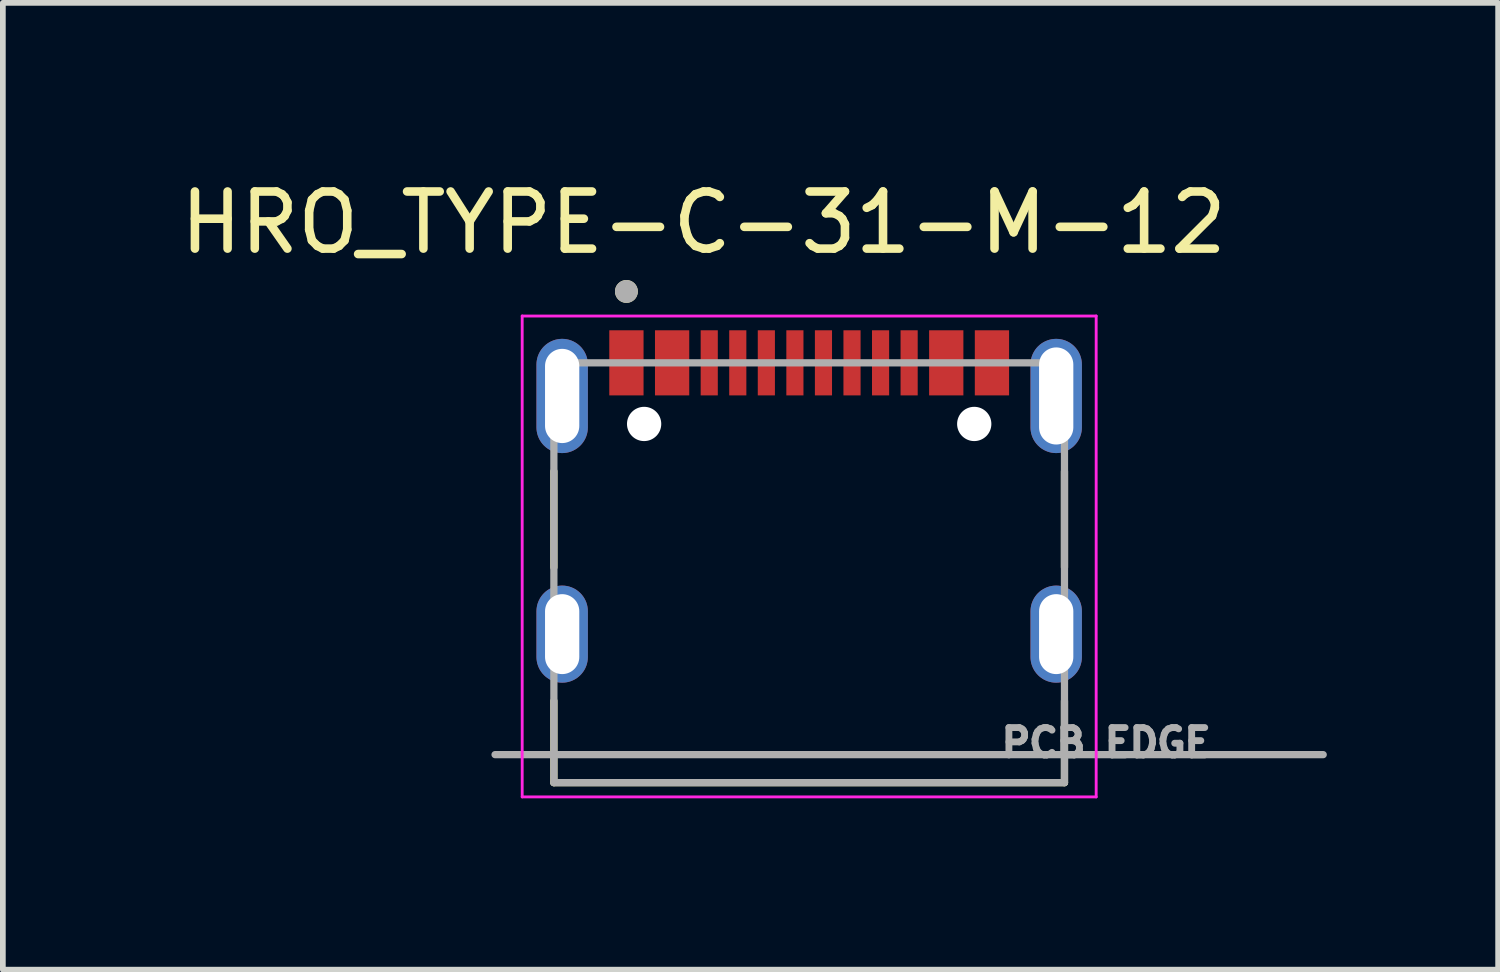
<source format=kicad_pcb>
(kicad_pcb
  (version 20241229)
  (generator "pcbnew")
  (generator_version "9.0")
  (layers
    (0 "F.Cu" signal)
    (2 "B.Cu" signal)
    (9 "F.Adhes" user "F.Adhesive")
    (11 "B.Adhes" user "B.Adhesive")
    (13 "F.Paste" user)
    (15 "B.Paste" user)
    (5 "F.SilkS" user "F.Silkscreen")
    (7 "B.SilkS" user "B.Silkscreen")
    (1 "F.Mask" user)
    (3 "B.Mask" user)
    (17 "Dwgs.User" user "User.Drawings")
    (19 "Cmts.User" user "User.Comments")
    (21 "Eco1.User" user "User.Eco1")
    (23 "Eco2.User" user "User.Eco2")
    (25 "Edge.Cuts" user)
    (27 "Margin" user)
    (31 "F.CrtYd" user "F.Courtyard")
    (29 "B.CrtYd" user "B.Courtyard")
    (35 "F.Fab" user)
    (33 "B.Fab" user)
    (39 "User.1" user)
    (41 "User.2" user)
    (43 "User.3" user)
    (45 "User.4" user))
  (footprint "HRO_TYPE-C-31-M-12"
    (layer "F.Cu")
    (at 11.118 8.053)
    (property "Reference" "HRO_TYPE-C-31-M-12" (at -1.85 -7.205 0) (layer "F.SilkS") (effects (font (size 1 1) (thickness 0.15))))
    (attr through_hole)
    (fp_poly (pts (xy -3.55 -5.37) (xy -2.85 -5.37) (xy -2.85 -4.13) (xy -3.55 -4.13)) (stroke (width 0.01) (type solid)) (fill yes) (layer "F.Mask"))
    (fp_poly (pts (xy -2.75 -5.37) (xy -2.05 -5.37) (xy -2.05 -4.13) (xy -2.75 -4.13)) (stroke (width 0.01) (type solid)) (fill yes) (layer "F.Mask"))
    (fp_poly (pts (xy -1.95 -5.37) (xy -1.55 -5.37) (xy -1.55 -4.13) (xy -1.95 -4.13)) (stroke (width 0.01) (type solid)) (fill yes) (layer "F.Mask"))
    (fp_poly (pts (xy -1.45 -5.37) (xy -1.05 -5.37) (xy -1.05 -4.13) (xy -1.45 -4.13)) (stroke (width 0.01) (type solid)) (fill yes) (layer "F.Mask"))
    (fp_poly (pts (xy -0.95 -5.37) (xy -0.55 -5.37) (xy -0.55 -4.13) (xy -0.95 -4.13)) (stroke (width 0.01) (type solid)) (fill yes) (layer "F.Mask"))
    (fp_poly (pts (xy -0.45 -5.37) (xy -0.05 -5.37) (xy -0.05 -4.13) (xy -0.45 -4.13)) (stroke (width 0.01) (type solid)) (fill yes) (layer "F.Mask"))
    (fp_poly (pts (xy 0.05 -5.37) (xy 0.45 -5.37) (xy 0.45 -4.13) (xy 0.05 -4.13)) (stroke (width 0.01) (type solid)) (fill yes) (layer "F.Mask"))
    (fp_poly (pts (xy 0.55 -5.37) (xy 0.95 -5.37) (xy 0.95 -4.13) (xy 0.55 -4.13)) (stroke (width 0.01) (type solid)) (fill yes) (layer "F.Mask"))
    (fp_poly (pts (xy 1.05 -5.37) (xy 1.45 -5.37) (xy 1.45 -4.13) (xy 1.05 -4.13)) (stroke (width 0.01) (type solid)) (fill yes) (layer "F.Mask"))
    (fp_poly (pts (xy 1.55 -5.37) (xy 1.95 -5.37) (xy 1.95 -4.13) (xy 1.55 -4.13)) (stroke (width 0.01) (type solid)) (fill yes) (layer "F.Mask"))
    (fp_poly (pts (xy 2.05 -5.37) (xy 2.75 -5.37) (xy 2.75 -4.13) (xy 2.05 -4.13)) (stroke (width 0.01) (type solid)) (fill yes) (layer "F.Mask"))
    (fp_poly (pts (xy 2.85 -5.37) (xy 3.55 -5.37) (xy 3.55 -4.13) (xy 2.85 -4.13)) (stroke (width 0.01) (type solid)) (fill yes) (layer "F.Mask"))
    (fp_line (start -4.47 -2.85) (end -4.47 -1.17) (stroke (width 0.127) (type solid)) (layer "F.SilkS"))
    (fp_line (start -4.47 2.6) (end -4.47 1.17) (stroke (width 0.127) (type solid)) (layer "F.SilkS"))
    (fp_line (start -4.47 2.6) (end 4.47 2.6) (stroke (width 0.127) (type solid)) (layer "F.SilkS"))
    (fp_line (start 4.47 -2.85) (end 4.47 -1.17) (stroke (width 0.127) (type solid)) (layer "F.SilkS"))
    (fp_line (start 4.47 2.6) (end 4.47 1.17) (stroke (width 0.127) (type solid)) (layer "F.SilkS"))
    (fp_circle (center -3.2 -6) (end -3.1 -6) (stroke (width 0.2) (type solid)) (fill no) (layer "F.SilkS"))
    (fp_line (start -5.025 -5.57) (end -5.025 2.85) (stroke (width 0.05) (type solid)) (layer "F.CrtYd"))
    (fp_line (start -5.025 2.85) (end 5.025 2.85) (stroke (width 0.05) (type solid)) (layer "F.CrtYd"))
    (fp_line (start 5.025 -5.57) (end -5.025 -5.57) (stroke (width 0.05) (type solid)) (layer "F.CrtYd"))
    (fp_line (start 5.025 2.85) (end 5.025 -5.57) (stroke (width 0.05) (type solid)) (layer "F.CrtYd"))
    (fp_line (start -5.5 2.11) (end 9 2.11) (stroke (width 0.127) (type solid)) (layer "F.Fab"))
    (fp_line (start -4.47 -4.75) (end -4.47 2.6) (stroke (width 0.127) (type solid)) (layer "F.Fab"))
    (fp_line (start -4.47 2.6) (end 4.47 2.6) (stroke (width 0.127) (type solid)) (layer "F.Fab"))
    (fp_line (start 4.47 -4.75) (end -4.47 -4.75) (stroke (width 0.127) (type solid)) (layer "F.Fab"))
    (fp_line (start 4.47 2.6) (end 4.47 -4.75) (stroke (width 0.127) (type solid)) (layer "F.Fab"))
    (fp_circle (center -3.2 -6) (end -3.1 -6) (stroke (width 0.2) (type solid)) (fill no) (layer "F.Fab"))
    (fp_text user "PCB EDGE" (at 5.2 1.9 0) (layer "F.Fab") (effects (font (size 0.48 0.48) (thickness 0.15))))
    (pad "" np_thru_hole circle (at -2.89 -3.68) (size 0.6 0.6) (drill 0.6) (layers "*.Cu" "*.Mask"))
    (pad "" np_thru_hole circle (at 2.89 -3.68) (size 0.6 0.6) (drill 0.6) (layers "*.Cu" "*.Mask"))
    (pad "A1/B12" smd rect (at -3.2 -4.75) (size 0.6 1.14) (layers "F.Cu" "F.Paste"))
    (pad "A4/B9" smd rect (at -2.4 -4.75) (size 0.6 1.14) (layers "F.Cu" "F.Paste"))
    (pad "A5" smd rect (at -1.25 -4.75) (size 0.3 1.14) (layers "F.Cu" "F.Paste"))
    (pad "A6" smd rect (at -0.25 -4.75) (size 0.3 1.14) (layers "F.Cu" "F.Paste"))
    (pad "A7" smd rect (at 0.25 -4.75) (size 0.3 1.14) (layers "F.Cu" "F.Paste"))
    (pad "A8" smd rect (at 1.25 -4.75) (size 0.3 1.14) (layers "F.Cu" "F.Paste"))
    (pad "B1/A12" smd rect (at 3.2 -4.75) (size 0.6 1.14) (layers "F.Cu" "F.Paste"))
    (pad "B4/A9" smd rect (at 2.4 -4.75) (size 0.6 1.14) (layers "F.Cu" "F.Paste"))
    (pad "B5" smd rect (at 1.75 -4.75) (size 0.3 1.14) (layers "F.Cu" "F.Paste"))
    (pad "B6" smd rect (at 0.75 -4.75) (size 0.3 1.14) (layers "F.Cu" "F.Paste"))
    (pad "B7" smd rect (at -0.75 -4.75) (size 0.3 1.14) (layers "F.Cu" "F.Paste"))
    (pad "B8" smd rect (at -1.75 -4.75) (size 0.3 1.14) (layers "F.Cu" "F.Paste"))
    (pad "S1" thru_hole oval (at -4.325 -4.17) (size 0.9 2) (drill oval 0.6 1.65) (layers "*.Cu" "*.Mask" "F.Paste"))
    (pad "S2" thru_hole oval (at 4.325 -4.17) (size 0.9 2) (drill oval 0.6 1.7) (layers "*.Cu" "*.Mask" "F.Paste"))
    (pad "S3" thru_hole oval (at -4.325 0) (size 0.9 1.7) (drill oval 0.6 1.4) (layers "*.Cu" "*.Mask" "F.Paste"))
    (pad "S4" thru_hole oval (at 4.325 0) (size 0.9 1.7) (drill oval 0.6 1.4) (layers "*.Cu" "*.Mask" "F.Paste")))
  (gr_rect
    (start -3 -3)
    (end 23.181 13.928)
    (stroke (width 0.1) (type default))
    (fill no)
    (layer "Edge.Cuts")))
</source>
